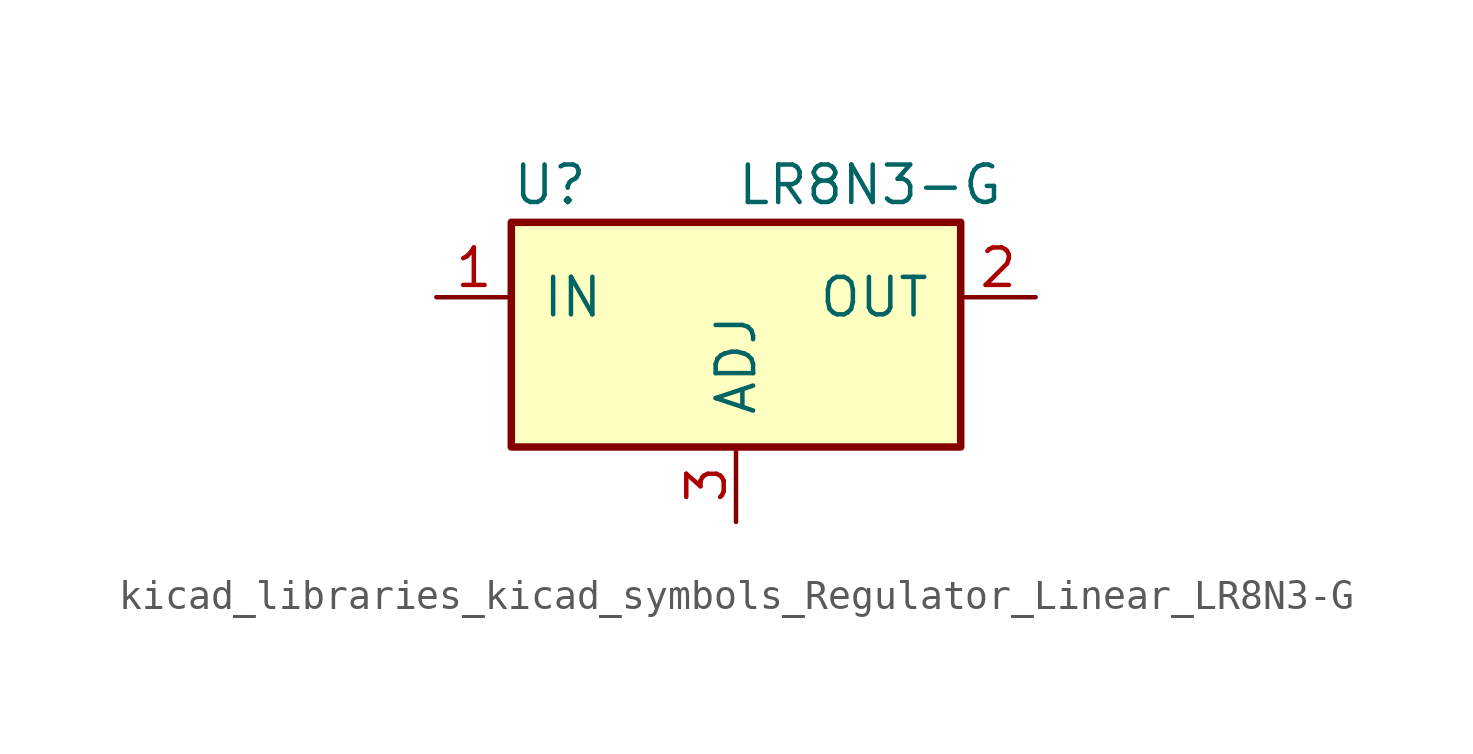
<source format=kicad_sym>
(kicad_symbol_lib
  (version 20220914)
  (generator kicad_symbol_editor)
  (symbol "kicad_libraries_kicad_symbols_Regulator_Linear_LR8N3-G"
    (pin_names
      (offset 1.016))
    (property "Reference" "U"
      (at -7.62 3.81 0)
      (effects (font (size 1.27 1.27)) (justify left)))
    (property "Value" "LR8N3-G"
      (at 0 3.81 0)
      (effects (font (size 1.27 1.27)) (justify left)))
    (symbol "kicad_libraries_kicad_symbols_Regulator_Linear_LR8N3-G_0_1"
      (rectangle (start -7.62 2.54) (end 7.62 -5.08) (stroke (width 0.254) (type default)) (fill (type background))))
    (symbol "kicad_libraries_kicad_symbols_Regulator_Linear_LR8N3-G_1_1"
      (pin input line (at -10.16 0 0) (length 2.54) (name "IN" (effects (font (size 1.27 1.27)))) (number "1" (effects (font (size 1.27 1.27)))))
      (pin power_out line (at 10.16 0 180) (length 2.54) (name "OUT" (effects (font (size 1.27 1.27)))) (number "2" (effects (font (size 1.27 1.27)))))
      (pin input line (at 0 -7.62 90) (length 2.54) (name "ADJ" (effects (font (size 1.27 1.27)))) (number "3" (effects (font (size 1.27 1.27))))))))
</source>
